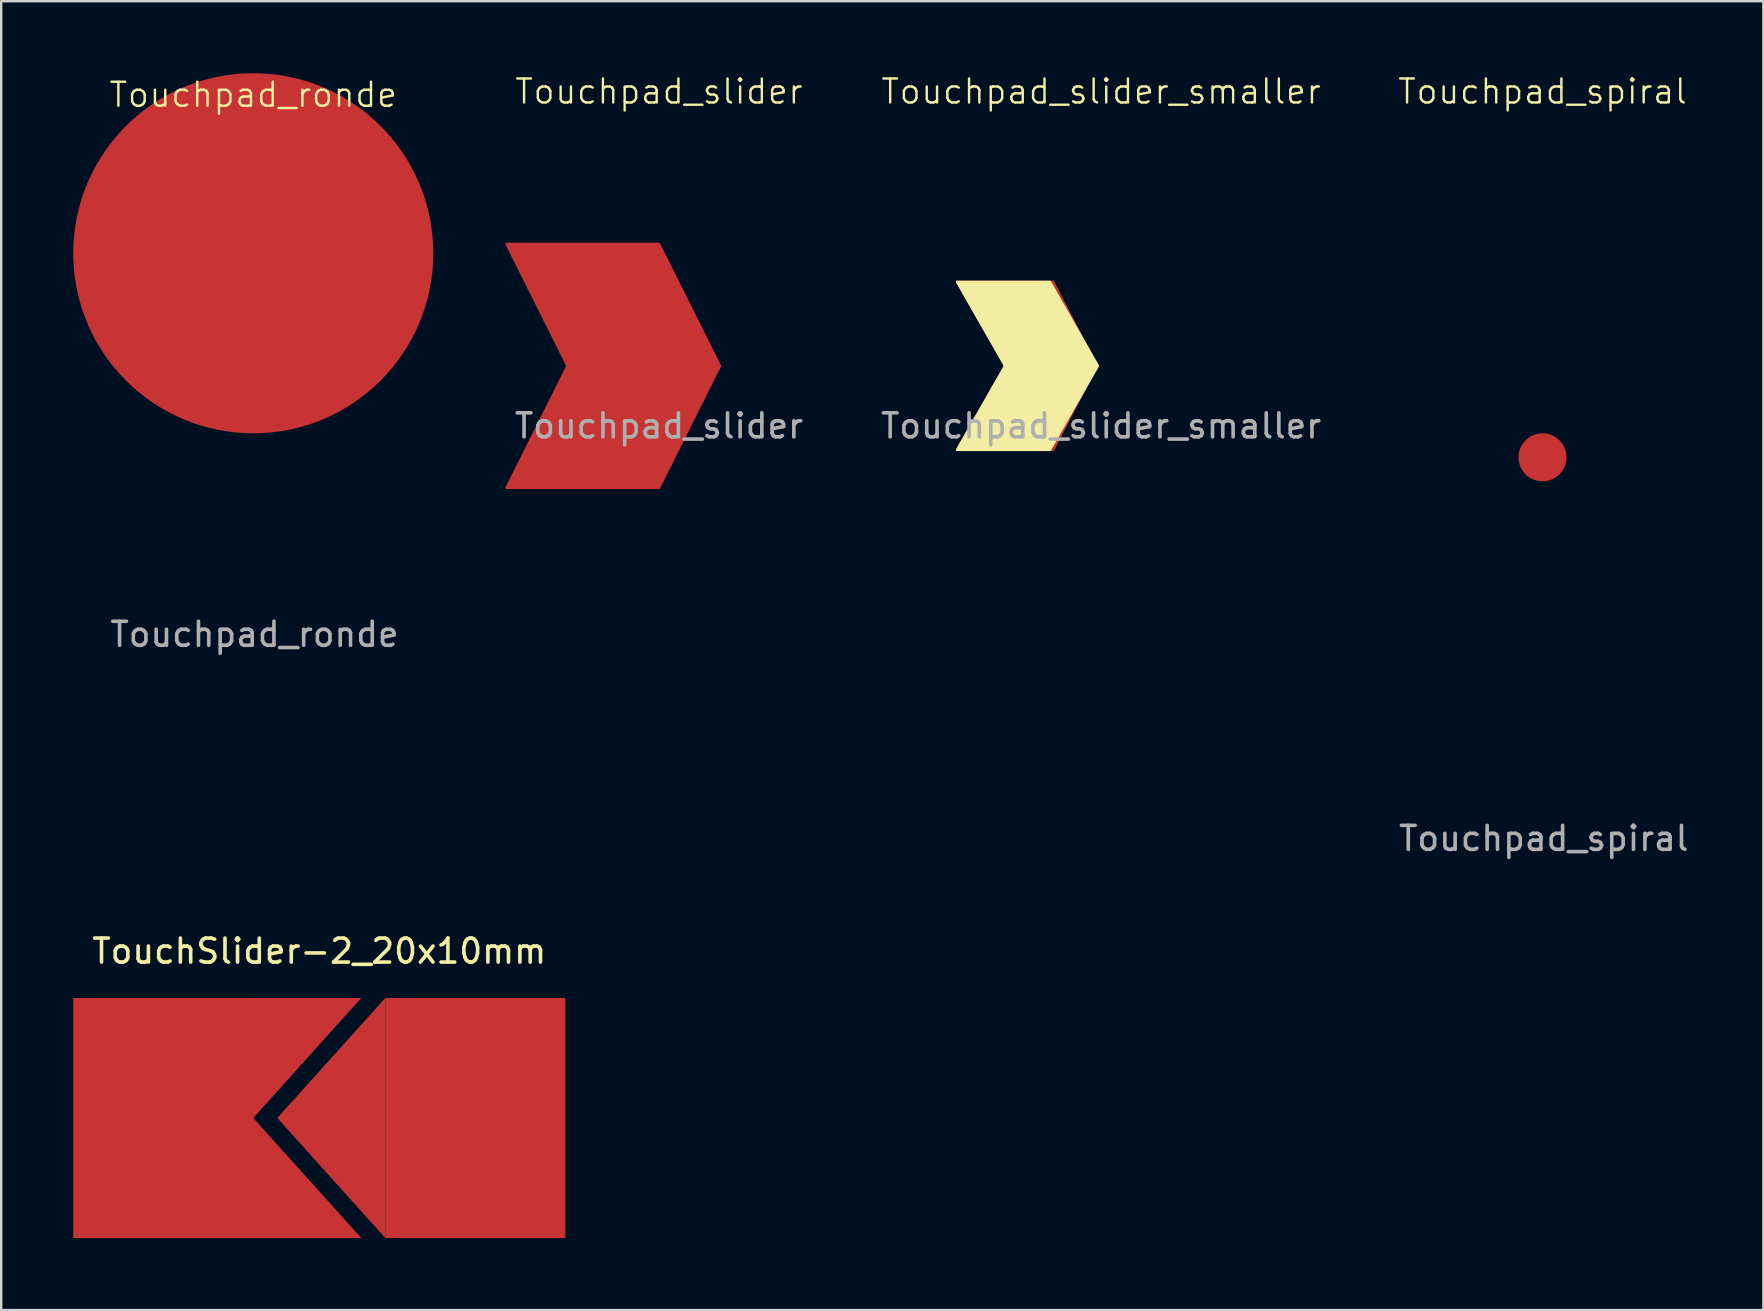
<source format=kicad_pcb>
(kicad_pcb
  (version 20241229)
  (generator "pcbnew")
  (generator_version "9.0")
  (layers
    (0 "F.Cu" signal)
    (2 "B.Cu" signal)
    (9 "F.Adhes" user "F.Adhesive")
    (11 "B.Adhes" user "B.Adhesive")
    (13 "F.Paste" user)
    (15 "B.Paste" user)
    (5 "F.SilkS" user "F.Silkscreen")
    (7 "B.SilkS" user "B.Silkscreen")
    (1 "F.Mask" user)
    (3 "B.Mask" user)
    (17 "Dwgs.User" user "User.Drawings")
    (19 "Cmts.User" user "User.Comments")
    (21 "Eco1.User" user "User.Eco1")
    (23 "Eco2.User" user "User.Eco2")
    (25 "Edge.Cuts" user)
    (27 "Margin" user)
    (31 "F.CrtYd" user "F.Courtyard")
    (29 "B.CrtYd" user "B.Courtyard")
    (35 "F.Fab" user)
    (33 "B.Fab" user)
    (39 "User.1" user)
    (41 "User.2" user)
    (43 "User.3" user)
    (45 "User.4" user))
  (footprint "Touchpad_slider_smaller"
    (layer "F.Cu")
    (at 42.817 12.191)
    (property "Reference" "Touchpad_slider_smaller" (at 0 -11.43 0) (unlocked yes) (layer "F.SilkS") (effects (font (size 1 1) (thickness 0.1))))
    (attr smd)
    (fp_poly (pts (xy -6 3.5) (xy -4 0) (xy -6 -3.5) (xy -2.131 -3.5) (xy -0.131 0) (xy -2.131 3.5)) (stroke (width 0.1) (type solid)) (fill yes) (layer "F.SilkS"))
    (fp_text user "${REFERENCE}" (at 0 2.5 0) (unlocked yes) (layer "F.Fab") (effects (font (size 1 1) (thickness 0.15))))
    (pad "1" smd custom (at -1.5 0) (size 2.286 2.286) (layers "F.Cu" "F.Mask" "F.Paste") (options (anchor circle)) (primitives (gr_poly (pts (xy -4.5 -3.5) (xy -0.5 -3.5) (xy 1.31 0) (xy -0.5 3.5) (xy -4.5 3.5) (xy -2.5 0)) (width 0.1) (fill yes)))))
  (footprint "TouchSlider-2_20x10mm"
    (layer "F.Cu")
    (at 10.25 43.522)
    (property "Reference" "TouchSlider-2_20x10mm" (at 0 -6.95 0) (unlocked yes) (layer "F.SilkS") (effects (font (size 1 1) (thickness 0.15))))
    (attr smd)
    (pad "1" smd rect (at -6.5 0) (size 7.5 10) (layers "F.Cu" "F.Mask"))
    (pad "1" smd trapezoid (at -2.75 -2.5) (size 4.5 5) (rect_delta 0 -4.5) (layers "F.Cu" "F.Mask"))
    (pad "1" smd trapezoid (at -2.75 2.5) (size 4.5 5) (rect_delta 0 4.5) (layers "F.Cu" "F.Mask"))
    (pad "2" smd trapezoid (at 0.5 0) (size 4.5 5) (rect_delta -5 0) (layers "F.Cu" "F.Mask"))
    (pad "2" smd rect (at 6.5 0) (size 7.5 10) (layers "F.Cu" "F.Mask")))
  (footprint "Touchpad_slider"
    (layer "F.Cu")
    (at 24.4 12.191)
    (property "Reference" "Touchpad_slider" (at 0 -11.43 0) (unlocked yes) (layer "F.SilkS") (effects (font (size 1 1) (thickness 0.1))))
    (attr smd)
    (fp_text user "${REFERENCE}" (at 0 2.5 0) (unlocked yes) (layer "F.Fab") (effects (font (size 1 1) (thickness 0.15))))
    (pad "1" smd custom (at 0 0) (size 2.286 2.286) (layers "F.Cu" "F.Mask" "F.Paste") (options (anchor circle)) (primitives (gr_poly (pts (xy -6.35 -5.08) (xy 0 -5.08) (xy 2.54 0) (xy 0 5.08) (xy -6.35 5.08) (xy -3.81 0)) (width 0.1) (fill yes)))))
  (footprint "Touchpad_ronde"
    (layer "F.Cu")
    (at 7.5 7.5)
    (property "Reference" "Touchpad_ronde" (at 0 -6.604 0) (unlocked yes) (layer "F.SilkS") (effects (font (size 1 1) (thickness 0.1))))
    (attr smd)
    (fp_text user "${REFERENCE}" (at 0.051 15.875 0) (unlocked yes) (layer "F.Fab") (effects (font (size 1 1) (thickness 0.15))))
    (pad "1" smd circle (at 0 0) (size 15 15) (property pad_prop_heatsink) (layers "F.Cu" "F.Mask" "F.Paste")))
  (footprint "Touchpad_spiral"
    (layer "F.Cu")
    (at 61.206 16)
    (property "Reference" "Touchpad_spiral" (at 0 -15.24 0) (unlocked yes) (layer "F.SilkS") (effects (font (size 1 1) (thickness 0.1))))
    (attr smd)
    (fp_text user "${REFERENCE}" (at 0.051 15.875 0) (unlocked yes) (layer "F.Fab") (effects (font (size 1 1) (thickness 0.15))))
    (pad "1" smd circle (at 0 0) (size 2 2) (property pad_prop_heatsink) (layers "F.Cu" "F.Mask" "F.Paste")))
  (gr_rect
    (start -3 -3)
    (end 70.406 51.522)
    (stroke (width 0.1) (type default))
    (fill no)
    (layer "Edge.Cuts")))
</source>
